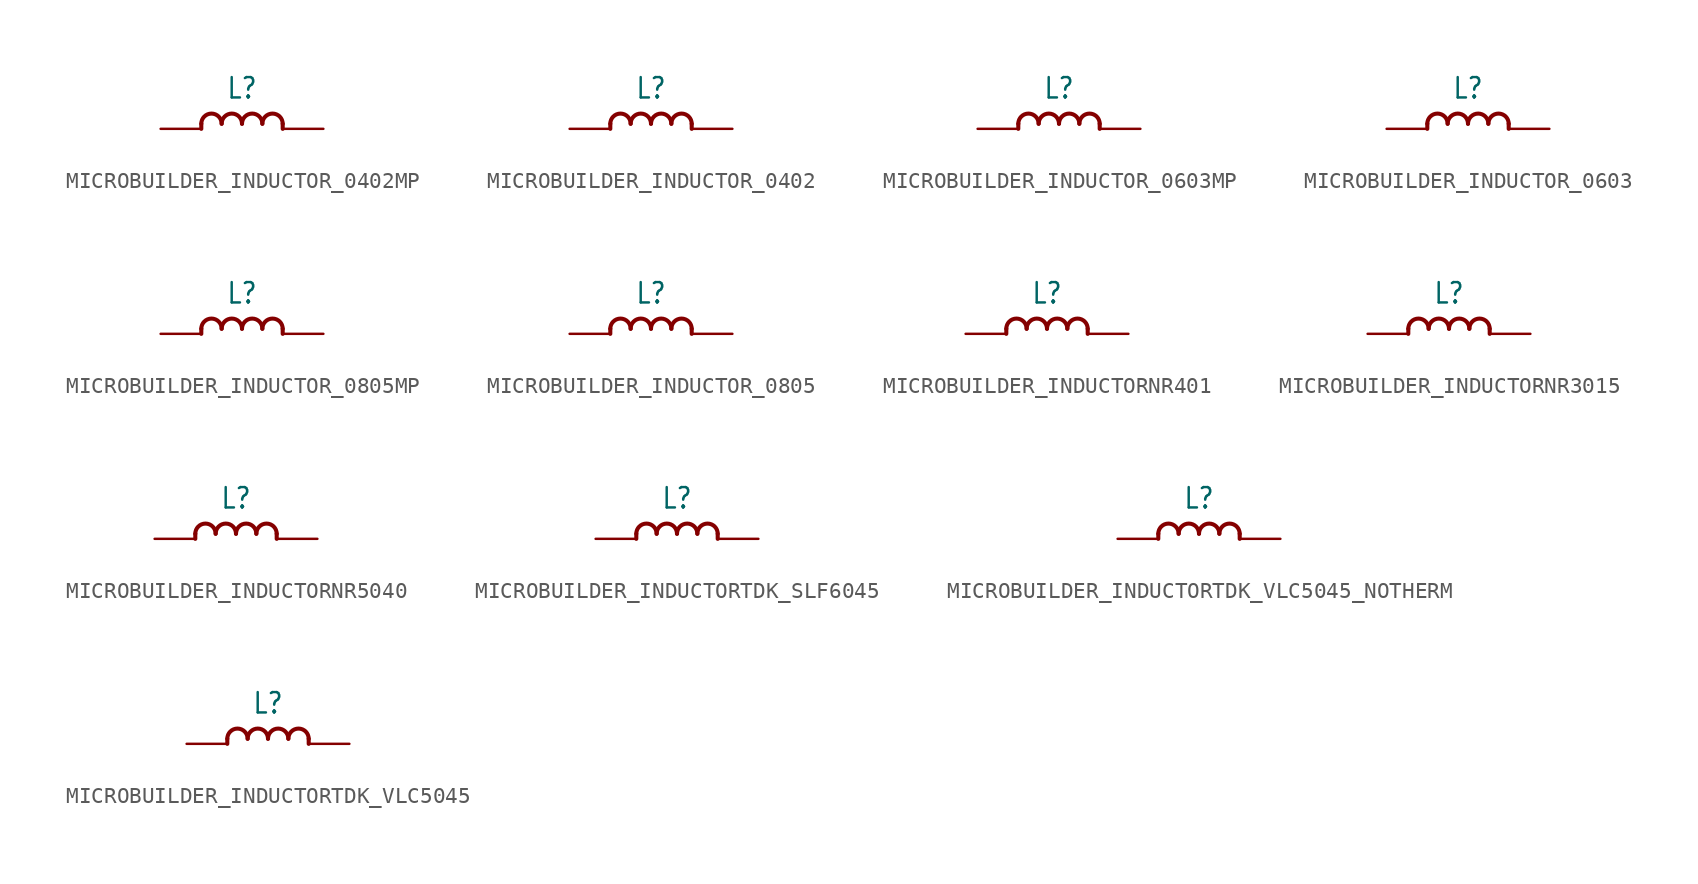
<source format=kicad_sym>
(kicad_symbol_lib
  (version 20220914)
  (generator kicad_symbol_editor)
  (symbol "MICROBUILDER_INDUCTOR_0402MP"
    (property "Reference" "L"
      (at 0 2.54 0)
      (effects (font (size 1.27 1.079))))
    (property "Value" ""
      (at 0 -1.54 0)
      (effects (font (size 1.27 1.079))))
    (property "ki_locked" ""
      (at 0 0 0)
      (effects (font (size 1.27 1.27))))
    (symbol "MICROBUILDER_INDUCTOR_0402MP_1_0"
      (arc (start -1.27 0.3173) (mid -1.9049 0.9524) (end -2.54 0.3175) (stroke (width 0.254) (type solid)) (fill (type none)))
      (polyline (pts (xy -2.54 0.318) (xy -2.54 0)) (stroke (width 0.254) (type solid)) (fill (type none)))
      (polyline (pts (xy 2.54 0.318) (xy 2.54 0)) (stroke (width 0.254) (type solid)) (fill (type none)))
      (arc (start 0 0.3173) (mid -0.6349 0.9524) (end -1.27 0.3175) (stroke (width 0.254) (type solid)) (fill (type none)))
      (arc (start 1.27 0.3173) (mid 0.6351 0.9524) (end 0 0.3175) (stroke (width 0.254) (type solid)) (fill (type none)))
      (arc (start 2.54 0.3173) (mid 1.9051 0.9524) (end 1.27 0.3175) (stroke (width 0.254) (type solid)) (fill (type none)))
      (pin passive line (at -5.08 0 0) (length 2.54) (name "1" (effects (font (size 0 0)))) (number "1" (effects (font (size 0 0)))))
      (pin passive line (at 5.08 0 180) (length 2.54) (name "2" (effects (font (size 0 0)))) (number "2" (effects (font (size 0 0)))))))
  (symbol "MICROBUILDER_INDUCTOR_0402"
    (property "Reference" "L"
      (at 0 2.54 0)
      (effects (font (size 1.27 1.079))))
    (property "Value" ""
      (at 0 -1.54 0)
      (effects (font (size 1.27 1.079))))
    (property "ki_locked" ""
      (at 0 0 0)
      (effects (font (size 1.27 1.27))))
    (symbol "MICROBUILDER_INDUCTOR_0402_1_0"
      (arc (start -1.27 0.3173) (mid -1.9049 0.9524) (end -2.54 0.3175) (stroke (width 0.254) (type solid)) (fill (type none)))
      (polyline (pts (xy -2.54 0.318) (xy -2.54 0)) (stroke (width 0.254) (type solid)) (fill (type none)))
      (polyline (pts (xy 2.54 0.318) (xy 2.54 0)) (stroke (width 0.254) (type solid)) (fill (type none)))
      (arc (start 0 0.3173) (mid -0.6349 0.9524) (end -1.27 0.3175) (stroke (width 0.254) (type solid)) (fill (type none)))
      (arc (start 1.27 0.3173) (mid 0.6351 0.9524) (end 0 0.3175) (stroke (width 0.254) (type solid)) (fill (type none)))
      (arc (start 2.54 0.3173) (mid 1.9051 0.9524) (end 1.27 0.3175) (stroke (width 0.254) (type solid)) (fill (type none)))
      (pin passive line (at -5.08 0 0) (length 2.54) (name "1" (effects (font (size 0 0)))) (number "1" (effects (font (size 0 0)))))
      (pin passive line (at 5.08 0 180) (length 2.54) (name "2" (effects (font (size 0 0)))) (number "2" (effects (font (size 0 0)))))))
  (symbol "MICROBUILDER_INDUCTOR_0603MP"
    (property "Reference" "L"
      (at 0 2.54 0)
      (effects (font (size 1.27 1.079))))
    (property "Value" ""
      (at 0 -1.54 0)
      (effects (font (size 1.27 1.079))))
    (property "ki_locked" ""
      (at 0 0 0)
      (effects (font (size 1.27 1.27))))
    (symbol "MICROBUILDER_INDUCTOR_0603MP_1_0"
      (arc (start -1.27 0.3173) (mid -1.9049 0.9524) (end -2.54 0.3175) (stroke (width 0.254) (type solid)) (fill (type none)))
      (polyline (pts (xy -2.54 0.318) (xy -2.54 0)) (stroke (width 0.254) (type solid)) (fill (type none)))
      (polyline (pts (xy 2.54 0.318) (xy 2.54 0)) (stroke (width 0.254) (type solid)) (fill (type none)))
      (arc (start 0 0.3173) (mid -0.6349 0.9524) (end -1.27 0.3175) (stroke (width 0.254) (type solid)) (fill (type none)))
      (arc (start 1.27 0.3173) (mid 0.6351 0.9524) (end 0 0.3175) (stroke (width 0.254) (type solid)) (fill (type none)))
      (arc (start 2.54 0.3173) (mid 1.9051 0.9524) (end 1.27 0.3175) (stroke (width 0.254) (type solid)) (fill (type none)))
      (pin passive line (at -5.08 0 0) (length 2.54) (name "1" (effects (font (size 0 0)))) (number "1" (effects (font (size 0 0)))))
      (pin passive line (at 5.08 0 180) (length 2.54) (name "2" (effects (font (size 0 0)))) (number "2" (effects (font (size 0 0)))))))
  (symbol "MICROBUILDER_INDUCTOR_0603"
    (property "Reference" "L"
      (at 0 2.54 0)
      (effects (font (size 1.27 1.079))))
    (property "Value" ""
      (at 0 -1.54 0)
      (effects (font (size 1.27 1.079))))
    (property "ki_locked" ""
      (at 0 0 0)
      (effects (font (size 1.27 1.27))))
    (symbol "MICROBUILDER_INDUCTOR_0603_1_0"
      (arc (start -1.27 0.3173) (mid -1.9049 0.9524) (end -2.54 0.3175) (stroke (width 0.254) (type solid)) (fill (type none)))
      (polyline (pts (xy -2.54 0.318) (xy -2.54 0)) (stroke (width 0.254) (type solid)) (fill (type none)))
      (polyline (pts (xy 2.54 0.318) (xy 2.54 0)) (stroke (width 0.254) (type solid)) (fill (type none)))
      (arc (start 0 0.3173) (mid -0.6349 0.9524) (end -1.27 0.3175) (stroke (width 0.254) (type solid)) (fill (type none)))
      (arc (start 1.27 0.3173) (mid 0.6351 0.9524) (end 0 0.3175) (stroke (width 0.254) (type solid)) (fill (type none)))
      (arc (start 2.54 0.3173) (mid 1.9051 0.9524) (end 1.27 0.3175) (stroke (width 0.254) (type solid)) (fill (type none)))
      (pin passive line (at -5.08 0 0) (length 2.54) (name "1" (effects (font (size 0 0)))) (number "1" (effects (font (size 0 0)))))
      (pin passive line (at 5.08 0 180) (length 2.54) (name "2" (effects (font (size 0 0)))) (number "2" (effects (font (size 0 0)))))))
  (symbol "MICROBUILDER_INDUCTOR_0805MP"
    (property "Reference" "L"
      (at 0 2.54 0)
      (effects (font (size 1.27 1.079))))
    (property "Value" ""
      (at 0 -1.54 0)
      (effects (font (size 1.27 1.079))))
    (property "ki_locked" ""
      (at 0 0 0)
      (effects (font (size 1.27 1.27))))
    (symbol "MICROBUILDER_INDUCTOR_0805MP_1_0"
      (arc (start -1.27 0.3173) (mid -1.9049 0.9524) (end -2.54 0.3175) (stroke (width 0.254) (type solid)) (fill (type none)))
      (polyline (pts (xy -2.54 0.318) (xy -2.54 0)) (stroke (width 0.254) (type solid)) (fill (type none)))
      (polyline (pts (xy 2.54 0.318) (xy 2.54 0)) (stroke (width 0.254) (type solid)) (fill (type none)))
      (arc (start 0 0.3173) (mid -0.6349 0.9524) (end -1.27 0.3175) (stroke (width 0.254) (type solid)) (fill (type none)))
      (arc (start 1.27 0.3173) (mid 0.6351 0.9524) (end 0 0.3175) (stroke (width 0.254) (type solid)) (fill (type none)))
      (arc (start 2.54 0.3173) (mid 1.9051 0.9524) (end 1.27 0.3175) (stroke (width 0.254) (type solid)) (fill (type none)))
      (pin passive line (at -5.08 0 0) (length 2.54) (name "1" (effects (font (size 0 0)))) (number "1" (effects (font (size 0 0)))))
      (pin passive line (at 5.08 0 180) (length 2.54) (name "2" (effects (font (size 0 0)))) (number "2" (effects (font (size 0 0)))))))
  (symbol "MICROBUILDER_INDUCTOR_0805"
    (property "Reference" "L"
      (at 0 2.54 0)
      (effects (font (size 1.27 1.079))))
    (property "Value" ""
      (at 0 -1.54 0)
      (effects (font (size 1.27 1.079))))
    (property "ki_locked" ""
      (at 0 0 0)
      (effects (font (size 1.27 1.27))))
    (symbol "MICROBUILDER_INDUCTOR_0805_1_0"
      (arc (start -1.27 0.3173) (mid -1.9049 0.9524) (end -2.54 0.3175) (stroke (width 0.254) (type solid)) (fill (type none)))
      (polyline (pts (xy -2.54 0.318) (xy -2.54 0)) (stroke (width 0.254) (type solid)) (fill (type none)))
      (polyline (pts (xy 2.54 0.318) (xy 2.54 0)) (stroke (width 0.254) (type solid)) (fill (type none)))
      (arc (start 0 0.3173) (mid -0.6349 0.9524) (end -1.27 0.3175) (stroke (width 0.254) (type solid)) (fill (type none)))
      (arc (start 1.27 0.3173) (mid 0.6351 0.9524) (end 0 0.3175) (stroke (width 0.254) (type solid)) (fill (type none)))
      (arc (start 2.54 0.3173) (mid 1.9051 0.9524) (end 1.27 0.3175) (stroke (width 0.254) (type solid)) (fill (type none)))
      (pin passive line (at -5.08 0 0) (length 2.54) (name "1" (effects (font (size 0 0)))) (number "1" (effects (font (size 0 0)))))
      (pin passive line (at 5.08 0 180) (length 2.54) (name "2" (effects (font (size 0 0)))) (number "2" (effects (font (size 0 0)))))))
  (symbol "MICROBUILDER_INDUCTORNR401"
    (property "Reference" "L"
      (at 0 2.54 0)
      (effects (font (size 1.27 1.079))))
    (property "Value" ""
      (at 0 -1.54 0)
      (effects (font (size 1.27 1.079))))
    (property "ki_locked" ""
      (at 0 0 0)
      (effects (font (size 1.27 1.27))))
    (symbol "MICROBUILDER_INDUCTORNR401_1_0"
      (arc (start -1.27 0.3173) (mid -1.9049 0.9524) (end -2.54 0.3175) (stroke (width 0.254) (type solid)) (fill (type none)))
      (polyline (pts (xy -2.54 0.318) (xy -2.54 0)) (stroke (width 0.254) (type solid)) (fill (type none)))
      (polyline (pts (xy 2.54 0.318) (xy 2.54 0)) (stroke (width 0.254) (type solid)) (fill (type none)))
      (arc (start 0 0.3173) (mid -0.6349 0.9524) (end -1.27 0.3175) (stroke (width 0.254) (type solid)) (fill (type none)))
      (arc (start 1.27 0.3173) (mid 0.6351 0.9524) (end 0 0.3175) (stroke (width 0.254) (type solid)) (fill (type none)))
      (arc (start 2.54 0.3173) (mid 1.9051 0.9524) (end 1.27 0.3175) (stroke (width 0.254) (type solid)) (fill (type none)))
      (pin passive line (at -5.08 0 0) (length 2.54) (name "1" (effects (font (size 0 0)))) (number "P$1" (effects (font (size 0 0)))))
      (pin passive line (at 5.08 0 180) (length 2.54) (name "2" (effects (font (size 0 0)))) (number "P$2" (effects (font (size 0 0)))))))
  (symbol "MICROBUILDER_INDUCTORNR3015"
    (property "Reference" "L"
      (at 0 2.54 0)
      (effects (font (size 1.27 1.079))))
    (property "Value" ""
      (at 0 -1.54 0)
      (effects (font (size 1.27 1.079))))
    (property "ki_locked" ""
      (at 0 0 0)
      (effects (font (size 1.27 1.27))))
    (symbol "MICROBUILDER_INDUCTORNR3015_1_0"
      (arc (start -1.27 0.3173) (mid -1.9049 0.9524) (end -2.54 0.3175) (stroke (width 0.254) (type solid)) (fill (type none)))
      (polyline (pts (xy -2.54 0.318) (xy -2.54 0)) (stroke (width 0.254) (type solid)) (fill (type none)))
      (polyline (pts (xy 2.54 0.318) (xy 2.54 0)) (stroke (width 0.254) (type solid)) (fill (type none)))
      (arc (start 0 0.3173) (mid -0.6349 0.9524) (end -1.27 0.3175) (stroke (width 0.254) (type solid)) (fill (type none)))
      (arc (start 1.27 0.3173) (mid 0.6351 0.9524) (end 0 0.3175) (stroke (width 0.254) (type solid)) (fill (type none)))
      (arc (start 2.54 0.3173) (mid 1.9051 0.9524) (end 1.27 0.3175) (stroke (width 0.254) (type solid)) (fill (type none)))
      (pin passive line (at -5.08 0 0) (length 2.54) (name "1" (effects (font (size 0 0)))) (number "P$1" (effects (font (size 0 0)))))
      (pin passive line (at 5.08 0 180) (length 2.54) (name "2" (effects (font (size 0 0)))) (number "P$2" (effects (font (size 0 0)))))))
  (symbol "MICROBUILDER_INDUCTORNR5040"
    (property "Reference" "L"
      (at 0 2.54 0)
      (effects (font (size 1.27 1.079))))
    (property "Value" ""
      (at 0 -1.54 0)
      (effects (font (size 1.27 1.079))))
    (property "ki_locked" ""
      (at 0 0 0)
      (effects (font (size 1.27 1.27))))
    (symbol "MICROBUILDER_INDUCTORNR5040_1_0"
      (arc (start -1.27 0.3173) (mid -1.9049 0.9524) (end -2.54 0.3175) (stroke (width 0.254) (type solid)) (fill (type none)))
      (polyline (pts (xy -2.54 0.318) (xy -2.54 0)) (stroke (width 0.254) (type solid)) (fill (type none)))
      (polyline (pts (xy 2.54 0.318) (xy 2.54 0)) (stroke (width 0.254) (type solid)) (fill (type none)))
      (arc (start 0 0.3173) (mid -0.6349 0.9524) (end -1.27 0.3175) (stroke (width 0.254) (type solid)) (fill (type none)))
      (arc (start 1.27 0.3173) (mid 0.6351 0.9524) (end 0 0.3175) (stroke (width 0.254) (type solid)) (fill (type none)))
      (arc (start 2.54 0.3173) (mid 1.9051 0.9524) (end 1.27 0.3175) (stroke (width 0.254) (type solid)) (fill (type none)))
      (pin passive line (at -5.08 0 0) (length 2.54) (name "1" (effects (font (size 0 0)))) (number "P$1" (effects (font (size 0 0)))))
      (pin passive line (at 5.08 0 180) (length 2.54) (name "2" (effects (font (size 0 0)))) (number "P$2" (effects (font (size 0 0)))))))
  (symbol "MICROBUILDER_INDUCTORTDK_SLF6045"
    (property "Reference" "L"
      (at 0 2.54 0)
      (effects (font (size 1.27 1.079))))
    (property "Value" ""
      (at 0 -1.54 0)
      (effects (font (size 1.27 1.079))))
    (property "ki_locked" ""
      (at 0 0 0)
      (effects (font (size 1.27 1.27))))
    (symbol "MICROBUILDER_INDUCTORTDK_SLF6045_1_0"
      (arc (start -1.27 0.3173) (mid -1.9049 0.9524) (end -2.54 0.3175) (stroke (width 0.254) (type solid)) (fill (type none)))
      (polyline (pts (xy -2.54 0.318) (xy -2.54 0)) (stroke (width 0.254) (type solid)) (fill (type none)))
      (polyline (pts (xy 2.54 0.318) (xy 2.54 0)) (stroke (width 0.254) (type solid)) (fill (type none)))
      (arc (start 0 0.3173) (mid -0.6349 0.9524) (end -1.27 0.3175) (stroke (width 0.254) (type solid)) (fill (type none)))
      (arc (start 1.27 0.3173) (mid 0.6351 0.9524) (end 0 0.3175) (stroke (width 0.254) (type solid)) (fill (type none)))
      (arc (start 2.54 0.3173) (mid 1.9051 0.9524) (end 1.27 0.3175) (stroke (width 0.254) (type solid)) (fill (type none)))
      (pin passive line (at -5.08 0 0) (length 2.54) (name "1" (effects (font (size 0 0)))) (number "P$1" (effects (font (size 0 0)))))
      (pin passive line (at 5.08 0 180) (length 2.54) (name "2" (effects (font (size 0 0)))) (number "P$2" (effects (font (size 0 0)))))))
  (symbol "MICROBUILDER_INDUCTORTDK_VLC5045_NOTHERM"
    (property "Reference" "L"
      (at 0 2.54 0)
      (effects (font (size 1.27 1.079))))
    (property "Value" ""
      (at 0 -1.54 0)
      (effects (font (size 1.27 1.079))))
    (property "ki_locked" ""
      (at 0 0 0)
      (effects (font (size 1.27 1.27))))
    (symbol "MICROBUILDER_INDUCTORTDK_VLC5045_NOTHERM_1_0"
      (arc (start -1.27 0.3173) (mid -1.9049 0.9524) (end -2.54 0.3175) (stroke (width 0.254) (type solid)) (fill (type none)))
      (polyline (pts (xy -2.54 0.318) (xy -2.54 0)) (stroke (width 0.254) (type solid)) (fill (type none)))
      (polyline (pts (xy 2.54 0.318) (xy 2.54 0)) (stroke (width 0.254) (type solid)) (fill (type none)))
      (arc (start 0 0.3173) (mid -0.6349 0.9524) (end -1.27 0.3175) (stroke (width 0.254) (type solid)) (fill (type none)))
      (arc (start 1.27 0.3173) (mid 0.6351 0.9524) (end 0 0.3175) (stroke (width 0.254) (type solid)) (fill (type none)))
      (arc (start 2.54 0.3173) (mid 1.9051 0.9524) (end 1.27 0.3175) (stroke (width 0.254) (type solid)) (fill (type none)))
      (pin passive line (at -5.08 0 0) (length 2.54) (name "1" (effects (font (size 0 0)))) (number "P$1" (effects (font (size 0 0)))))
      (pin passive line (at 5.08 0 180) (length 2.54) (name "2" (effects (font (size 0 0)))) (number "P$2" (effects (font (size 0 0)))))))
  (symbol "MICROBUILDER_INDUCTORTDK_VLC5045"
    (property "Reference" "L"
      (at 0 2.54 0)
      (effects (font (size 1.27 1.079))))
    (property "Value" ""
      (at 0 -1.54 0)
      (effects (font (size 1.27 1.079))))
    (property "ki_locked" ""
      (at 0 0 0)
      (effects (font (size 1.27 1.27))))
    (symbol "MICROBUILDER_INDUCTORTDK_VLC5045_1_0"
      (arc (start -1.27 0.3173) (mid -1.9049 0.9524) (end -2.54 0.3175) (stroke (width 0.254) (type solid)) (fill (type none)))
      (polyline (pts (xy -2.54 0.318) (xy -2.54 0)) (stroke (width 0.254) (type solid)) (fill (type none)))
      (polyline (pts (xy 2.54 0.318) (xy 2.54 0)) (stroke (width 0.254) (type solid)) (fill (type none)))
      (arc (start 0 0.3173) (mid -0.6349 0.9524) (end -1.27 0.3175) (stroke (width 0.254) (type solid)) (fill (type none)))
      (arc (start 1.27 0.3173) (mid 0.6351 0.9524) (end 0 0.3175) (stroke (width 0.254) (type solid)) (fill (type none)))
      (arc (start 2.54 0.3173) (mid 1.9051 0.9524) (end 1.27 0.3175) (stroke (width 0.254) (type solid)) (fill (type none)))
      (pin passive line (at -5.08 0 0) (length 2.54) (name "1" (effects (font (size 0 0)))) (number "P$1" (effects (font (size 0 0)))))
      (pin passive line (at 5.08 0 180) (length 2.54) (name "2" (effects (font (size 0 0)))) (number "P$2" (effects (font (size 0 0))))))))
</source>
